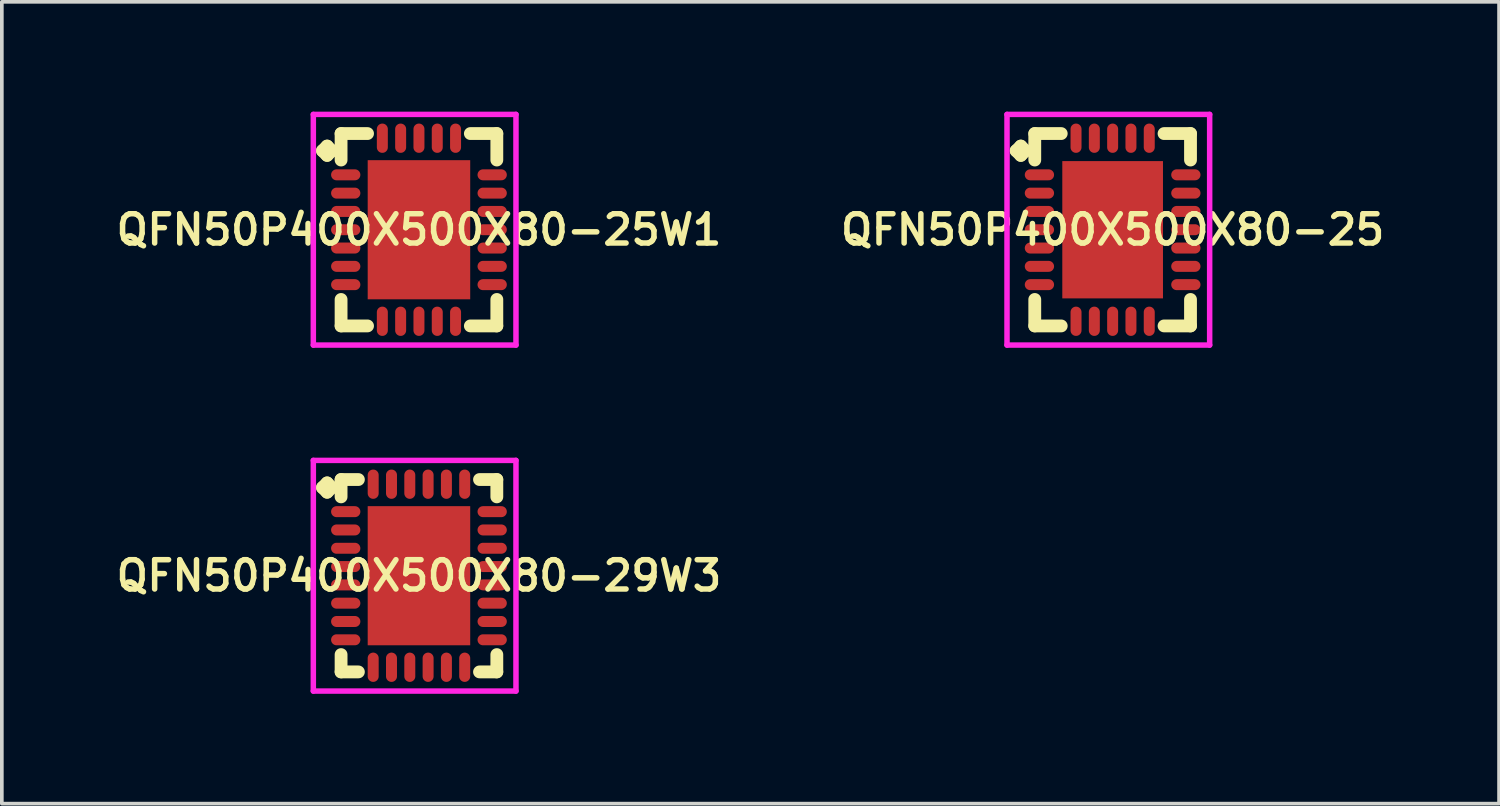
<source format=kicad_pcb>
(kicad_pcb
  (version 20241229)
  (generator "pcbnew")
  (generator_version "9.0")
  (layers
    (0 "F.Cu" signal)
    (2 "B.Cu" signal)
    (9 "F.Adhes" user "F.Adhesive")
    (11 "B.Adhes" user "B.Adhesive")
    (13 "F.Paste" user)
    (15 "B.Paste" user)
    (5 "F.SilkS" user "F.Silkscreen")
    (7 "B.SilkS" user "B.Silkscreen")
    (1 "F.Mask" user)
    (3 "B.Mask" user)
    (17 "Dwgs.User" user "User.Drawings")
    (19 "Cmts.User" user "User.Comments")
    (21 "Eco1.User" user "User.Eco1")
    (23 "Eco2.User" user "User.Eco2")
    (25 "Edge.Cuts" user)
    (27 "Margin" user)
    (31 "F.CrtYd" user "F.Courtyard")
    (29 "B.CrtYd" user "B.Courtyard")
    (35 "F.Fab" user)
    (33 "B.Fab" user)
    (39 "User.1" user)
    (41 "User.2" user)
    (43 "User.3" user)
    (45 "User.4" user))
  (footprint "QFN50P400X500X80-25W1"
    (layer "F.Cu")
    (at 8.393 3.225)
    (property "Reference" "QFN50P400X500X80-25W1" (at 0 0 0) (layer "F.SilkS") (effects (font (size 0.8 0.8) (thickness 0.15))))
    (attr smd)
    (fp_line (start -2.635 -2.158) (end -2.508 -2.285) (stroke (width 0.35) (type solid)) (layer "F.SilkS"))
    (fp_line (start -2.508 -2.285) (end -2.381 -2.158) (stroke (width 0.35) (type solid)) (layer "F.SilkS"))
    (fp_line (start -2.508 -2.031) (end -2.635 -2.158) (stroke (width 0.35) (type solid)) (layer "F.SilkS"))
    (fp_line (start -2.381 -2.158) (end -2.508 -2.031) (stroke (width 0.35) (type solid)) (layer "F.SilkS"))
    (fp_line (start -2.127 -2.627) (end -1.404 -2.627) (stroke (width 0.35) (type solid)) (layer "F.SilkS"))
    (fp_line (start -2.127 -1.904) (end -2.127 -2.627) (stroke (width 0.35) (type solid)) (layer "F.SilkS"))
    (fp_line (start -2.127 1.904) (end -2.127 2.627) (stroke (width 0.35) (type solid)) (layer "F.SilkS"))
    (fp_line (start -2.127 2.627) (end -1.404 2.627) (stroke (width 0.35) (type solid)) (layer "F.SilkS"))
    (fp_line (start 1.404 -2.627) (end 2.127 -2.627) (stroke (width 0.35) (type solid)) (layer "F.SilkS"))
    (fp_line (start 1.404 2.627) (end 2.127 2.627) (stroke (width 0.35) (type solid)) (layer "F.SilkS"))
    (fp_line (start 2.127 -2.627) (end 2.127 -1.904) (stroke (width 0.35) (type solid)) (layer "F.SilkS"))
    (fp_line (start 2.127 2.627) (end 2.127 1.904) (stroke (width 0.35) (type solid)) (layer "F.SilkS"))
    (fp_line (start -2.885 -3.15) (end 2.65 -3.15) (stroke (width 0.15) (type solid)) (layer "F.CrtYd"))
    (fp_line (start -2.885 3.15) (end -2.885 -3.15) (stroke (width 0.15) (type solid)) (layer "F.CrtYd"))
    (fp_line (start 2.65 -3.15) (end 2.65 3.15) (stroke (width 0.15) (type solid)) (layer "F.CrtYd"))
    (fp_line (start 2.65 3.15) (end -2.885 3.15) (stroke (width 0.15) (type solid)) (layer "F.CrtYd"))
    (pad "1" smd oval (at -2 -1.5) (size 0.8 0.3) (layers "F.Cu" "F.Mask" "F.Paste"))
    (pad "2" smd oval (at -2 -1) (size 0.8 0.3) (layers "F.Cu" "F.Mask" "F.Paste"))
    (pad "3" smd oval (at -2 -0.5) (size 0.8 0.3) (layers "F.Cu" "F.Mask" "F.Paste"))
    (pad "4" smd oval (at -2 0) (size 0.8 0.3) (layers "F.Cu" "F.Mask" "F.Paste"))
    (pad "5" smd oval (at -2 0.5) (size 0.8 0.3) (layers "F.Cu" "F.Mask" "F.Paste"))
    (pad "6" smd oval (at -2 1) (size 0.8 0.3) (layers "F.Cu" "F.Mask" "F.Paste"))
    (pad "7" smd oval (at -2 1.5) (size 0.8 0.3) (layers "F.Cu" "F.Mask" "F.Paste"))
    (pad "8" smd oval (at -1 2.5) (size 0.3 0.8) (layers "F.Cu" "F.Mask" "F.Paste"))
    (pad "9" smd oval (at -0.5 2.5) (size 0.3 0.8) (layers "F.Cu" "F.Mask" "F.Paste"))
    (pad "10" smd oval (at 0 2.5) (size 0.3 0.8) (layers "F.Cu" "F.Mask" "F.Paste"))
    (pad "11" smd oval (at 0.5 2.5) (size 0.3 0.8) (layers "F.Cu" "F.Mask" "F.Paste"))
    (pad "12" smd oval (at 1 2.5) (size 0.3 0.8) (layers "F.Cu" "F.Mask" "F.Paste"))
    (pad "13" smd oval (at 2 1.5) (size 0.8 0.3) (layers "F.Cu" "F.Mask" "F.Paste"))
    (pad "14" smd oval (at 2 1) (size 0.8 0.3) (layers "F.Cu" "F.Mask" "F.Paste"))
    (pad "15" smd oval (at 2 0.5) (size 0.8 0.3) (layers "F.Cu" "F.Mask" "F.Paste"))
    (pad "16" smd oval (at 2 0) (size 0.8 0.3) (layers "F.Cu" "F.Mask" "F.Paste"))
    (pad "17" smd oval (at 2 -0.5) (size 0.8 0.3) (layers "F.Cu" "F.Mask" "F.Paste"))
    (pad "18" smd oval (at 2 -1) (size 0.8 0.3) (layers "F.Cu" "F.Mask" "F.Paste"))
    (pad "19" smd oval (at 2 -1.5) (size 0.8 0.3) (layers "F.Cu" "F.Mask" "F.Paste"))
    (pad "20" smd oval (at 1 -2.5) (size 0.3 0.8) (layers "F.Cu" "F.Mask" "F.Paste"))
    (pad "21" smd oval (at 0.5 -2.5) (size 0.3 0.8) (layers "F.Cu" "F.Mask" "F.Paste"))
    (pad "22" smd oval (at 0 -2.5) (size 0.3 0.8) (layers "F.Cu" "F.Mask" "F.Paste"))
    (pad "23" smd oval (at -0.5 -2.5) (size 0.3 0.8) (layers "F.Cu" "F.Mask" "F.Paste"))
    (pad "24" smd oval (at -1 -2.5) (size 0.3 0.8) (layers "F.Cu" "F.Mask" "F.Paste"))
    (pad "25" smd rect (at 0 0) (size 2.8 3.8) (layers "F.Cu" "F.Mask" "F.Paste")))
  (footprint "QFN50P400X500X80-25"
    (layer "F.Cu")
    (at 27.34 3.225)
    (property "Reference" "QFN50P400X500X80-25" (at 0 0 0) (layer "F.SilkS") (effects (font (size 0.8 0.8) (thickness 0.15))))
    (attr smd)
    (fp_line (start -2.635 -2.158) (end -2.508 -2.285) (stroke (width 0.35) (type solid)) (layer "F.SilkS"))
    (fp_line (start -2.508 -2.285) (end -2.381 -2.158) (stroke (width 0.35) (type solid)) (layer "F.SilkS"))
    (fp_line (start -2.508 -2.031) (end -2.635 -2.158) (stroke (width 0.35) (type solid)) (layer "F.SilkS"))
    (fp_line (start -2.381 -2.158) (end -2.508 -2.031) (stroke (width 0.35) (type solid)) (layer "F.SilkS"))
    (fp_line (start -2.127 -2.627) (end -1.404 -2.627) (stroke (width 0.35) (type solid)) (layer "F.SilkS"))
    (fp_line (start -2.127 -1.904) (end -2.127 -2.627) (stroke (width 0.35) (type solid)) (layer "F.SilkS"))
    (fp_line (start -2.127 1.904) (end -2.127 2.627) (stroke (width 0.35) (type solid)) (layer "F.SilkS"))
    (fp_line (start -2.127 2.627) (end -1.404 2.627) (stroke (width 0.35) (type solid)) (layer "F.SilkS"))
    (fp_line (start 1.404 -2.627) (end 2.127 -2.627) (stroke (width 0.35) (type solid)) (layer "F.SilkS"))
    (fp_line (start 1.404 2.627) (end 2.127 2.627) (stroke (width 0.35) (type solid)) (layer "F.SilkS"))
    (fp_line (start 2.127 -2.627) (end 2.127 -1.904) (stroke (width 0.35) (type solid)) (layer "F.SilkS"))
    (fp_line (start 2.127 2.627) (end 2.127 1.904) (stroke (width 0.35) (type solid)) (layer "F.SilkS"))
    (fp_line (start -2.885 -3.15) (end 2.65 -3.15) (stroke (width 0.15) (type solid)) (layer "F.CrtYd"))
    (fp_line (start -2.885 3.15) (end -2.885 -3.15) (stroke (width 0.15) (type solid)) (layer "F.CrtYd"))
    (fp_line (start 2.65 -3.15) (end 2.65 3.15) (stroke (width 0.15) (type solid)) (layer "F.CrtYd"))
    (fp_line (start 2.65 3.15) (end -2.885 3.15) (stroke (width 0.15) (type solid)) (layer "F.CrtYd"))
    (pad "1" smd oval (at -2 -1.5) (size 0.8 0.3) (layers "F.Cu" "F.Mask" "F.Paste"))
    (pad "2" smd oval (at -2 -1) (size 0.8 0.3) (layers "F.Cu" "F.Mask" "F.Paste"))
    (pad "3" smd oval (at -2 -0.5) (size 0.8 0.3) (layers "F.Cu" "F.Mask" "F.Paste"))
    (pad "4" smd oval (at -2 0) (size 0.8 0.3) (layers "F.Cu" "F.Mask" "F.Paste"))
    (pad "5" smd oval (at -2 0.5) (size 0.8 0.3) (layers "F.Cu" "F.Mask" "F.Paste"))
    (pad "6" smd oval (at -2 1) (size 0.8 0.3) (layers "F.Cu" "F.Mask" "F.Paste"))
    (pad "7" smd oval (at -2 1.5) (size 0.8 0.3) (layers "F.Cu" "F.Mask" "F.Paste"))
    (pad "8" smd oval (at -1 2.5) (size 0.3 0.8) (layers "F.Cu" "F.Mask" "F.Paste"))
    (pad "9" smd oval (at -0.5 2.5) (size 0.3 0.8) (layers "F.Cu" "F.Mask" "F.Paste"))
    (pad "10" smd oval (at 0 2.5) (size 0.3 0.8) (layers "F.Cu" "F.Mask" "F.Paste"))
    (pad "11" smd oval (at 0.5 2.5) (size 0.3 0.8) (layers "F.Cu" "F.Mask" "F.Paste"))
    (pad "12" smd oval (at 1 2.5) (size 0.3 0.8) (layers "F.Cu" "F.Mask" "F.Paste"))
    (pad "13" smd oval (at 2 1.5) (size 0.8 0.3) (layers "F.Cu" "F.Mask" "F.Paste"))
    (pad "14" smd oval (at 2 1) (size 0.8 0.3) (layers "F.Cu" "F.Mask" "F.Paste"))
    (pad "15" smd oval (at 2 0.5) (size 0.8 0.3) (layers "F.Cu" "F.Mask" "F.Paste"))
    (pad "16" smd oval (at 2 0) (size 0.8 0.3) (layers "F.Cu" "F.Mask" "F.Paste"))
    (pad "17" smd oval (at 2 -0.5) (size 0.8 0.3) (layers "F.Cu" "F.Mask" "F.Paste"))
    (pad "18" smd oval (at 2 -1) (size 0.8 0.3) (layers "F.Cu" "F.Mask" "F.Paste"))
    (pad "19" smd oval (at 2 -1.5) (size 0.8 0.3) (layers "F.Cu" "F.Mask" "F.Paste"))
    (pad "20" smd oval (at 1 -2.5) (size 0.3 0.8) (layers "F.Cu" "F.Mask" "F.Paste"))
    (pad "21" smd oval (at 0.5 -2.5) (size 0.3 0.8) (layers "F.Cu" "F.Mask" "F.Paste"))
    (pad "22" smd oval (at 0 -2.5) (size 0.3 0.8) (layers "F.Cu" "F.Mask" "F.Paste"))
    (pad "23" smd oval (at -0.5 -2.5) (size 0.3 0.8) (layers "F.Cu" "F.Mask" "F.Paste"))
    (pad "24" smd oval (at -1 -2.5) (size 0.3 0.8) (layers "F.Cu" "F.Mask" "F.Paste"))
    (pad "25" smd rect (at 0 0) (size 2.75 3.75) (layers "F.Cu" "F.Mask" "F.Paste")))
  (footprint "QFN50P400X500X80-29W3"
    (layer "F.Cu")
    (at 8.393 12.675)
    (property "Reference" "QFN50P400X500X80-29W3" (at 0 0 0) (layer "F.SilkS") (effects (font (size 0.8 0.8) (thickness 0.15))))
    (attr smd)
    (fp_line (start -2.635 -2.408) (end -2.508 -2.535) (stroke (width 0.35) (type solid)) (layer "F.SilkS"))
    (fp_line (start -2.508 -2.535) (end -2.381 -2.408) (stroke (width 0.35) (type solid)) (layer "F.SilkS"))
    (fp_line (start -2.508 -2.281) (end -2.635 -2.408) (stroke (width 0.35) (type solid)) (layer "F.SilkS"))
    (fp_line (start -2.381 -2.408) (end -2.508 -2.281) (stroke (width 0.35) (type solid)) (layer "F.SilkS"))
    (fp_line (start -2.127 -2.627) (end -1.654 -2.627) (stroke (width 0.35) (type solid)) (layer "F.SilkS"))
    (fp_line (start -2.127 -2.154) (end -2.127 -2.627) (stroke (width 0.35) (type solid)) (layer "F.SilkS"))
    (fp_line (start -2.127 2.154) (end -2.127 2.627) (stroke (width 0.35) (type solid)) (layer "F.SilkS"))
    (fp_line (start -2.127 2.627) (end -1.654 2.627) (stroke (width 0.35) (type solid)) (layer "F.SilkS"))
    (fp_line (start 1.654 -2.627) (end 2.127 -2.627) (stroke (width 0.35) (type solid)) (layer "F.SilkS"))
    (fp_line (start 1.654 2.627) (end 2.127 2.627) (stroke (width 0.35) (type solid)) (layer "F.SilkS"))
    (fp_line (start 2.127 -2.627) (end 2.127 -2.154) (stroke (width 0.35) (type solid)) (layer "F.SilkS"))
    (fp_line (start 2.127 2.627) (end 2.127 2.154) (stroke (width 0.35) (type solid)) (layer "F.SilkS"))
    (fp_line (start -2.885 -3.15) (end 2.65 -3.15) (stroke (width 0.15) (type solid)) (layer "F.CrtYd"))
    (fp_line (start -2.885 3.15) (end -2.885 -3.15) (stroke (width 0.15) (type solid)) (layer "F.CrtYd"))
    (fp_line (start 2.65 -3.15) (end 2.65 3.15) (stroke (width 0.15) (type solid)) (layer "F.CrtYd"))
    (fp_line (start 2.65 3.15) (end -2.885 3.15) (stroke (width 0.15) (type solid)) (layer "F.CrtYd"))
    (pad "1" smd oval (at -2 -1.75) (size 0.8 0.3) (layers "F.Cu" "F.Mask" "F.Paste"))
    (pad "2" smd oval (at -2 -1.25) (size 0.8 0.3) (layers "F.Cu" "F.Mask" "F.Paste"))
    (pad "3" smd oval (at -2 -0.75) (size 0.8 0.3) (layers "F.Cu" "F.Mask" "F.Paste"))
    (pad "4" smd oval (at -2 -0.25) (size 0.8 0.3) (layers "F.Cu" "F.Mask" "F.Paste"))
    (pad "5" smd oval (at -2 0.25) (size 0.8 0.3) (layers "F.Cu" "F.Mask" "F.Paste"))
    (pad "6" smd oval (at -2 0.75) (size 0.8 0.3) (layers "F.Cu" "F.Mask" "F.Paste"))
    (pad "7" smd oval (at -2 1.25) (size 0.8 0.3) (layers "F.Cu" "F.Mask" "F.Paste"))
    (pad "8" smd oval (at -2 1.75) (size 0.8 0.3) (layers "F.Cu" "F.Mask" "F.Paste"))
    (pad "9" smd oval (at -1.25 2.5) (size 0.3 0.8) (layers "F.Cu" "F.Mask" "F.Paste"))
    (pad "10" smd oval (at -0.75 2.5) (size 0.3 0.8) (layers "F.Cu" "F.Mask" "F.Paste"))
    (pad "11" smd oval (at -0.25 2.5) (size 0.3 0.8) (layers "F.Cu" "F.Mask" "F.Paste"))
    (pad "12" smd oval (at 0.25 2.5) (size 0.3 0.8) (layers "F.Cu" "F.Mask" "F.Paste"))
    (pad "13" smd oval (at 0.75 2.5) (size 0.3 0.8) (layers "F.Cu" "F.Mask" "F.Paste"))
    (pad "14" smd oval (at 1.25 2.5) (size 0.3 0.8) (layers "F.Cu" "F.Mask" "F.Paste"))
    (pad "15" smd oval (at 2 1.75) (size 0.8 0.3) (layers "F.Cu" "F.Mask" "F.Paste"))
    (pad "16" smd oval (at 2 1.25) (size 0.8 0.3) (layers "F.Cu" "F.Mask" "F.Paste"))
    (pad "17" smd oval (at 2 0.75) (size 0.8 0.3) (layers "F.Cu" "F.Mask" "F.Paste"))
    (pad "18" smd oval (at 2 0.25) (size 0.8 0.3) (layers "F.Cu" "F.Mask" "F.Paste"))
    (pad "19" smd oval (at 2 -0.25) (size 0.8 0.3) (layers "F.Cu" "F.Mask" "F.Paste"))
    (pad "20" smd oval (at 2 -0.75) (size 0.8 0.3) (layers "F.Cu" "F.Mask" "F.Paste"))
    (pad "21" smd oval (at 2 -1.25) (size 0.8 0.3) (layers "F.Cu" "F.Mask" "F.Paste"))
    (pad "22" smd oval (at 2 -1.75) (size 0.8 0.3) (layers "F.Cu" "F.Mask" "F.Paste"))
    (pad "23" smd oval (at 1.25 -2.5) (size 0.3 0.8) (layers "F.Cu" "F.Mask" "F.Paste"))
    (pad "24" smd oval (at 0.75 -2.5) (size 0.3 0.8) (layers "F.Cu" "F.Mask" "F.Paste"))
    (pad "25" smd oval (at 0.25 -2.5) (size 0.3 0.8) (layers "F.Cu" "F.Mask" "F.Paste"))
    (pad "26" smd oval (at -0.25 -2.5) (size 0.3 0.8) (layers "F.Cu" "F.Mask" "F.Paste"))
    (pad "27" smd oval (at -0.75 -2.5) (size 0.3 0.8) (layers "F.Cu" "F.Mask" "F.Paste"))
    (pad "28" smd oval (at -1.25 -2.5) (size 0.3 0.8) (layers "F.Cu" "F.Mask" "F.Paste"))
    (pad "29" smd rect (at 0 0) (size 2.8 3.8) (layers "F.Cu" "F.Mask" "F.Paste")))
  (gr_rect
    (start -3 -3)
    (end 37.894 18.9)
    (stroke (width 0.1) (type default))
    (fill no)
    (layer "Edge.Cuts")))
</source>
